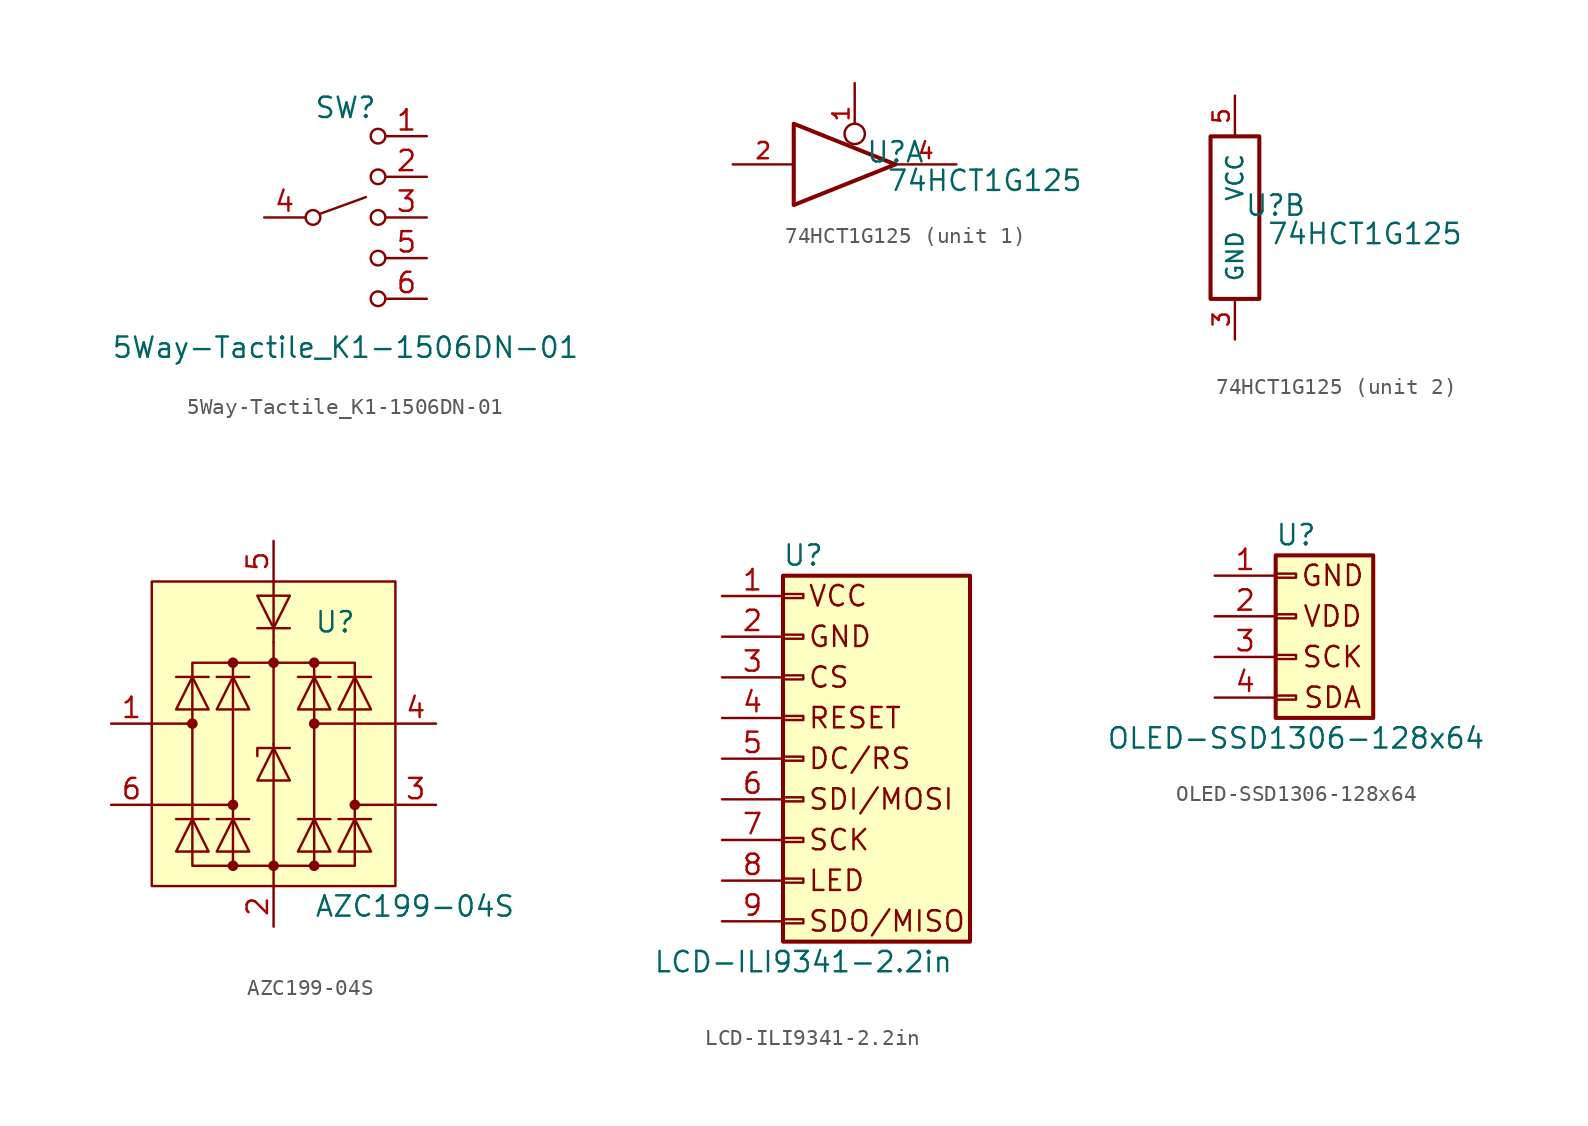
<source format=kicad_sym>
(kicad_symbol_lib
  (version 20220914)
  (generator kicad_symbol_editor)
  (symbol "5Way-Tactile_K1-1506DN-01"
    (pin_names
      (offset 0) hide)
    (property "Reference" "SW"
      (at 0 6.858 0)
      (effects (font (size 1.27 1.27))))
    (property "Value" "5Way-Tactile_K1-1506DN-01"
      (at 0 -8.128 0)
      (effects (font (size 1.27 1.27))))
    (symbol "5Way-Tactile_K1-1506DN-01_0_1"
      (circle (center -2.032 0) (radius 0.457) (stroke (width 0) (type solid)) (fill (type none)))
      (polyline (pts (xy -1.524 0.254) (xy 1.27 1.27)) (stroke (width 0) (type solid)) (fill (type none)))
      (circle (center 2.032 -2.54) (radius 0.457) (stroke (width 0) (type solid)) (fill (type none)))
      (circle (center 2.032 0) (radius 0.457) (stroke (width 0) (type solid)) (fill (type none)))
      (circle (center 2.032 2.54) (radius 0.457) (stroke (width 0) (type solid)) (fill (type none))))
    (symbol "5Way-Tactile_K1-1506DN-01_1_1"
      (circle (center 2.032 -5.08) (radius 0.457) (stroke (width 0) (type solid)) (fill (type none)))
      (circle (center 2.032 5.08) (radius 0.457) (stroke (width 0) (type solid)) (fill (type none)))
      (pin passive line (at 5.08 5.08 180) (length 2.54) (name "1" (effects (font (size 1.27 1.27)))) (number "1" (effects (font (size 1.27 1.27)))))
      (pin passive line (at 5.08 2.54 180) (length 2.54) (name "2" (effects (font (size 1.27 1.27)))) (number "2" (effects (font (size 1.27 1.27)))))
      (pin passive line (at 5.08 0 180) (length 2.54) (name "3" (effects (font (size 1.27 1.27)))) (number "3" (effects (font (size 1.27 1.27)))))
      (pin passive line (at -5.08 0 0) (length 2.54) (name "4" (effects (font (size 1.27 1.27)))) (number "4" (effects (font (size 1.27 1.27)))))
      (pin passive line (at 5.08 -2.54 180) (length 2.54) (name "5" (effects (font (size 1.27 1.27)))) (number "5" (effects (font (size 1.27 1.27)))))
      (pin passive line (at 5.08 -5.08 180) (length 2.54) (name "6" (effects (font (size 1.27 1.27)))) (number "6" (effects (font (size 1.27 1.27)))))))
  (symbol "74HCT1G125"
    (pin_names
      (offset 1.016))
    (property "Reference" "U"
      (at 2.54 0.762 0)
      (effects (font (size 1.27 1.27))))
    (property "Value" "74HCT1G125"
      (at 8.128 -1.016 0)
      (effects (font (size 1.27 1.27))))
    (symbol "74HCT1G125_1_1"
      (polyline (pts (xy -3.81 2.54) (xy -3.81 -2.54) (xy 2.54 0) (xy -3.81 2.54)) (stroke (width 0.254) (type solid)) (fill (type none)))
      (pin input inverted (at 0 5.08 270) (length 3.81) (name "~" (effects (font (size 1.016 1.016)))) (number "1" (effects (font (size 1.016 1.016)))))
      (pin input line (at -7.62 0 0) (length 3.81) (name "~" (effects (font (size 1.016 1.016)))) (number "2" (effects (font (size 1.016 1.016)))))
      (pin tri_state line (at 6.35 0 180) (length 3.81) (name "~" (effects (font (size 1.016 1.016)))) (number "4" (effects (font (size 1.016 1.016))))))
    (symbol "74HCT1G125_2_1"
      (rectangle (start -1.524 5.08) (end 1.524 -5.08) (stroke (width 0.254) (type solid)) (fill (type none)))
      (pin power_in line (at 0 -7.62 90) (length 2.54) (name "GND" (effects (font (size 1.016 1.016)))) (number "3" (effects (font (size 1.016 1.016)))))
      (pin power_in line (at 0 7.62 270) (length 2.54) (name "VCC" (effects (font (size 1.016 1.016)))) (number "5" (effects (font (size 1.016 1.016)))))))
  (symbol "AZC199-04S"
    (pin_names hide)
    (property "Reference" "U"
      (at 2.54 8.89 0)
      (effects (font (size 1.27 1.27)) (justify left)))
    (property "Value" "AZC199-04S"
      (at 2.54 -8.89 0)
      (effects (font (size 1.27 1.27)) (justify left)))
    (symbol "AZC199-04S_0_1"
      (rectangle (start -7.62 11.43) (end 7.62 -7.62) (stroke (width 0) (type solid)) (fill (type background)))
      (circle (center -5.08 2.54) (radius 0.254) (stroke (width 0) (type solid)) (fill (type outline)))
      (circle (center -2.54 -6.35) (radius 0.254) (stroke (width 0) (type solid)) (fill (type outline)))
      (circle (center -2.54 -2.54) (radius 0.254) (stroke (width 0) (type solid)) (fill (type outline)))
      (circle (center -2.54 6.35) (radius 0.254) (stroke (width 0) (type solid)) (fill (type outline)))
      (rectangle (start -2.54 6.35) (end 2.54 -6.35) (stroke (width 0) (type solid)) (fill (type none)))
      (circle (center 0 -6.35) (radius 0.254) (stroke (width 0) (type solid)) (fill (type outline)))
      (polyline (pts (xy -5.08 2.54) (xy -7.62 2.54)) (stroke (width 0) (type solid)) (fill (type none)))
      (polyline (pts (xy -4.064 -3.429) (xy -6.096 -3.429)) (stroke (width 0) (type solid)) (fill (type none)))
      (polyline (pts (xy -4.064 5.461) (xy -6.096 5.461)) (stroke (width 0) (type solid)) (fill (type none)))
      (polyline (pts (xy -2.54 -2.54) (xy -7.62 -2.54)) (stroke (width 0) (type solid)) (fill (type none)))
      (polyline (pts (xy -1.524 -3.429) (xy -3.556 -3.429)) (stroke (width 0) (type solid)) (fill (type none)))
      (polyline (pts (xy -1.524 5.461) (xy -3.556 5.461)) (stroke (width 0) (type solid)) (fill (type none)))
      (polyline (pts (xy 0 -7.62) (xy 0 -6.35)) (stroke (width 0) (type solid)) (fill (type none)))
      (polyline (pts (xy 0 -6.35) (xy 0 1.27)) (stroke (width 0) (type solid)) (fill (type none)))
      (polyline (pts (xy 0 1.27) (xy 0 6.35)) (stroke (width 0) (type solid)) (fill (type none)))
      (polyline (pts (xy 0 6.35) (xy 0 7.62)) (stroke (width 0) (type solid)) (fill (type none)))
      (polyline (pts (xy 0 7.62) (xy 0 11.43)) (stroke (width 0) (type solid)) (fill (type none)))
      (polyline (pts (xy 1.524 -3.429) (xy 3.556 -3.429)) (stroke (width 0) (type solid)) (fill (type none)))
      (polyline (pts (xy 1.524 5.461) (xy 3.556 5.461)) (stroke (width 0) (type solid)) (fill (type none)))
      (polyline (pts (xy 2.54 2.54) (xy 7.62 2.54)) (stroke (width 0) (type solid)) (fill (type none)))
      (polyline (pts (xy 4.064 -3.429) (xy 6.096 -3.429)) (stroke (width 0) (type solid)) (fill (type none)))
      (polyline (pts (xy 4.064 5.461) (xy 6.096 5.461)) (stroke (width 0) (type solid)) (fill (type none)))
      (polyline (pts (xy 5.08 -2.54) (xy 7.62 -2.54)) (stroke (width 0) (type solid)) (fill (type none)))
      (polyline (pts (xy -6.096 -5.461) (xy -4.064 -5.461) (xy -5.08 -3.429) (xy -6.096 -5.461)) (stroke (width 0) (type solid)) (fill (type none)))
      (polyline (pts (xy -6.096 3.429) (xy -4.064 3.429) (xy -5.08 5.461) (xy -6.096 3.429)) (stroke (width 0) (type solid)) (fill (type none)))
      (polyline (pts (xy -3.556 -5.461) (xy -1.524 -5.461) (xy -2.54 -3.429) (xy -3.556 -5.461)) (stroke (width 0) (type solid)) (fill (type none)))
      (polyline (pts (xy -3.556 3.429) (xy -1.524 3.429) (xy -2.54 5.461) (xy -3.556 3.429)) (stroke (width 0) (type solid)) (fill (type none)))
      (polyline (pts (xy -2.54 6.35) (xy -5.08 6.35) (xy -5.08 -6.35) (xy -2.54 -6.35)) (stroke (width 0) (type solid)) (fill (type none)))
      (polyline (pts (xy -1.016 -1.016) (xy 1.016 -1.016) (xy 0 1.016) (xy -1.016 -1.016)) (stroke (width 0) (type solid)) (fill (type none)))
      (polyline (pts (xy 1.016 1.016) (xy 0.762 1.016) (xy -1.016 1.016) (xy -1.016 0.508)) (stroke (width 0) (type solid)) (fill (type none)))
      (polyline (pts (xy 2.54 6.35) (xy 5.08 6.35) (xy 5.08 -6.35) (xy 2.54 -6.35)) (stroke (width 0) (type solid)) (fill (type none)))
      (polyline (pts (xy 3.556 -5.461) (xy 1.524 -5.461) (xy 2.54 -3.429) (xy 3.556 -5.461)) (stroke (width 0) (type solid)) (fill (type none)))
      (polyline (pts (xy 3.556 3.429) (xy 1.524 3.429) (xy 2.54 5.461) (xy 3.556 3.429)) (stroke (width 0) (type solid)) (fill (type none)))
      (polyline (pts (xy 6.096 -5.461) (xy 4.064 -5.461) (xy 5.08 -3.429) (xy 6.096 -5.461)) (stroke (width 0) (type solid)) (fill (type none)))
      (polyline (pts (xy 6.096 3.429) (xy 4.064 3.429) (xy 5.08 5.461) (xy 6.096 3.429)) (stroke (width 0) (type solid)) (fill (type none)))
      (circle (center 0 6.35) (radius 0.254) (stroke (width 0) (type solid)) (fill (type outline)))
      (circle (center 2.54 -6.35) (radius 0.254) (stroke (width 0) (type solid)) (fill (type outline)))
      (circle (center 2.54 2.54) (radius 0.254) (stroke (width 0) (type solid)) (fill (type outline)))
      (circle (center 2.54 6.35) (radius 0.254) (stroke (width 0) (type solid)) (fill (type outline)))
      (circle (center 5.08 -2.54) (radius 0.254) (stroke (width 0) (type solid)) (fill (type outline))))
    (symbol "AZC199-04S_1_1"
      (polyline (pts (xy -1.016 8.509) (xy 1.016 8.509)) (stroke (width 0) (type solid)) (fill (type none)))
      (polyline (pts (xy 1.016 10.541) (xy -1.016 10.541) (xy 0 8.509) (xy 1.016 10.541)) (stroke (width 0) (type solid)) (fill (type none)))
      (pin passive line (at -10.16 2.54 0) (length 2.54) (name "I/O1" (effects (font (size 1.27 1.27)))) (number "1" (effects (font (size 1.27 1.27)))))
      (pin passive line (at 0 -10.16 90) (length 2.54) (name "GND" (effects (font (size 1.27 1.27)))) (number "2" (effects (font (size 1.27 1.27)))))
      (pin passive line (at 10.16 -2.54 180) (length 2.54) (name "I/O4" (effects (font (size 1.27 1.27)))) (number "3" (effects (font (size 1.27 1.27)))))
      (pin passive line (at 10.16 2.54 180) (length 2.54) (name "I/O3" (effects (font (size 1.27 1.27)))) (number "4" (effects (font (size 1.27 1.27)))))
      (pin passive line (at 0 13.97 270) (length 2.54) (name "VBUS" (effects (font (size 1.27 1.27)))) (number "5" (effects (font (size 1.27 1.27)))))
      (pin passive line (at -10.16 -2.54 0) (length 2.54) (name "I/O2" (effects (font (size 1.27 1.27)))) (number "6" (effects (font (size 1.27 1.27)))))))
  (symbol "LCD-ILI9341-2.2in"
    (pin_names
      (offset 1.016) hide)
    (property "Reference" "U"
      (at 0 12.7 0)
      (effects (font (size 1.27 1.27))))
    (property "Value" "LCD-ILI9341-2.2in"
      (at 0 -12.7 0)
      (effects (font (size 1.27 1.27))))
    (symbol "LCD-ILI9341-2.2in_0_0"
      (text "VCC" (at 0.254 10.16 0) (effects (font (size 1.27 1.27)) (justify left))))
    (symbol "LCD-ILI9341-2.2in_1_1"
      (rectangle (start -1.27 -10.033) (end 0 -10.287) (stroke (width 0.152) (type solid)) (fill (type none)))
      (rectangle (start -1.27 -7.493) (end 0 -7.747) (stroke (width 0.152) (type solid)) (fill (type none)))
      (rectangle (start -1.27 -4.953) (end 0 -5.207) (stroke (width 0.152) (type solid)) (fill (type none)))
      (rectangle (start -1.27 -2.413) (end 0 -2.667) (stroke (width 0.152) (type solid)) (fill (type none)))
      (rectangle (start -1.27 0.127) (end 0 -0.127) (stroke (width 0.152) (type solid)) (fill (type none)))
      (rectangle (start -1.27 2.667) (end 0 2.413) (stroke (width 0.152) (type solid)) (fill (type none)))
      (rectangle (start -1.27 5.207) (end 0 4.953) (stroke (width 0.152) (type solid)) (fill (type none)))
      (rectangle (start -1.27 7.747) (end 0 7.493) (stroke (width 0.152) (type solid)) (fill (type none)))
      (rectangle (start -1.27 10.287) (end 0 10.033) (stroke (width 0.152) (type solid)) (fill (type none)))
      (rectangle (start -1.27 11.43) (end 10.414 -11.43) (stroke (width 0.254) (type solid)) (fill (type background)))
      (text "CS" (at 0.254 5.08 0) (effects (font (size 1.27 1.27)) (justify left)))
      (text "DC/RS" (at 0.254 0 0) (effects (font (size 1.27 1.27)) (justify left)))
      (text "GND" (at 0.254 7.62 0) (effects (font (size 1.27 1.27)) (justify left)))
      (text "LED" (at 0.254 -7.62 0) (effects (font (size 1.27 1.27)) (justify left)))
      (text "RESET" (at 0.254 2.54 0) (effects (font (size 1.27 1.27)) (justify left)))
      (text "SCK" (at 0.254 -5.08 0) (effects (font (size 1.27 1.27)) (justify left)))
      (text "SDI/MOSI" (at 0.254 -2.54 0) (effects (font (size 1.27 1.27)) (justify left)))
      (text "SDO/MISO" (at 0.254 -10.16 0) (effects (font (size 1.27 1.27)) (justify left)))
      (pin passive line (at -5.08 10.16 0) (length 3.81) (name "Pin_1" (effects (font (size 1.27 1.27)))) (number "1" (effects (font (size 1.27 1.27)))))
      (pin passive line (at -5.08 7.62 0) (length 3.81) (name "Pin_2" (effects (font (size 1.27 1.27)))) (number "2" (effects (font (size 1.27 1.27)))))
      (pin passive line (at -5.08 5.08 0) (length 3.81) (name "Pin_3" (effects (font (size 1.27 1.27)))) (number "3" (effects (font (size 1.27 1.27)))))
      (pin passive line (at -5.08 2.54 0) (length 3.81) (name "Pin_4" (effects (font (size 1.27 1.27)))) (number "4" (effects (font (size 1.27 1.27)))))
      (pin passive line (at -5.08 0 0) (length 3.81) (name "Pin_5" (effects (font (size 1.27 1.27)))) (number "5" (effects (font (size 1.27 1.27)))))
      (pin passive line (at -5.08 -2.54 0) (length 3.81) (name "Pin_6" (effects (font (size 1.27 1.27)))) (number "6" (effects (font (size 1.27 1.27)))))
      (pin passive line (at -5.08 -5.08 0) (length 3.81) (name "Pin_7" (effects (font (size 1.27 1.27)))) (number "7" (effects (font (size 1.27 1.27)))))
      (pin passive line (at -5.08 -7.62 0) (length 3.81) (name "Pin_8" (effects (font (size 1.27 1.27)))) (number "8" (effects (font (size 1.27 1.27)))))
      (pin passive line (at -5.08 -10.16 0) (length 3.81) (name "Pin_9" (effects (font (size 1.27 1.27)))) (number "9" (effects (font (size 1.27 1.27)))))))
  (symbol "OLED-SSD1306-128x64"
    (pin_names
      (offset 1.016) hide)
    (property "Reference" "U"
      (at 0 5.08 0)
      (effects (font (size 1.27 1.27))))
    (property "Value" "OLED-SSD1306-128x64"
      (at 0 -7.62 0)
      (effects (font (size 1.27 1.27))))
    (symbol "OLED-SSD1306-128x64_0_0"
      (text "GND" (at 2.286 2.54 0) (effects (font (size 1.27 1.27)))))
    (symbol "OLED-SSD1306-128x64_1_1"
      (rectangle (start -1.27 -4.953) (end 0 -5.207) (stroke (width 0.152) (type solid)) (fill (type none)))
      (rectangle (start -1.27 -2.413) (end 0 -2.667) (stroke (width 0.152) (type solid)) (fill (type none)))
      (rectangle (start -1.27 0.127) (end 0 -0.127) (stroke (width 0.152) (type solid)) (fill (type none)))
      (rectangle (start -1.27 2.667) (end 0 2.413) (stroke (width 0.152) (type solid)) (fill (type none)))
      (rectangle (start -1.27 3.81) (end 4.826 -6.35) (stroke (width 0.254) (type solid)) (fill (type background)))
      (text "SCK" (at 2.286 -2.54 0) (effects (font (size 1.27 1.27))))
      (text "SDA" (at 2.286 -5.08 0) (effects (font (size 1.27 1.27))))
      (text "VDD" (at 2.286 0 0) (effects (font (size 1.27 1.27))))
      (pin passive line (at -5.08 2.54 0) (length 3.81) (name "Pin_1" (effects (font (size 1.27 1.27)))) (number "1" (effects (font (size 1.27 1.27)))))
      (pin passive line (at -5.08 0 0) (length 3.81) (name "Pin_2" (effects (font (size 1.27 1.27)))) (number "2" (effects (font (size 1.27 1.27)))))
      (pin passive line (at -5.08 -2.54 0) (length 3.81) (name "Pin_3" (effects (font (size 1.27 1.27)))) (number "3" (effects (font (size 1.27 1.27)))))
      (pin passive line (at -5.08 -5.08 0) (length 3.81) (name "Pin_4" (effects (font (size 1.27 1.27)))) (number "4" (effects (font (size 1.27 1.27))))))))
</source>
